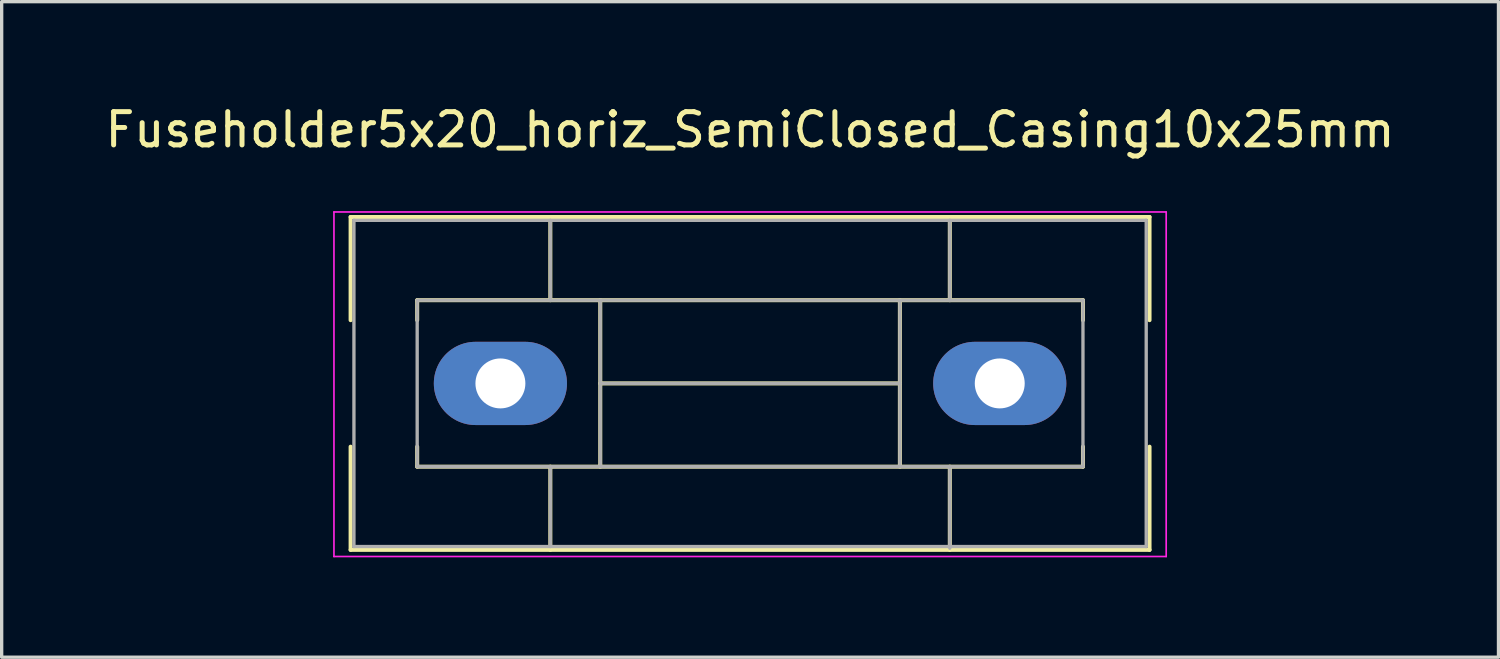
<source format=kicad_pcb>
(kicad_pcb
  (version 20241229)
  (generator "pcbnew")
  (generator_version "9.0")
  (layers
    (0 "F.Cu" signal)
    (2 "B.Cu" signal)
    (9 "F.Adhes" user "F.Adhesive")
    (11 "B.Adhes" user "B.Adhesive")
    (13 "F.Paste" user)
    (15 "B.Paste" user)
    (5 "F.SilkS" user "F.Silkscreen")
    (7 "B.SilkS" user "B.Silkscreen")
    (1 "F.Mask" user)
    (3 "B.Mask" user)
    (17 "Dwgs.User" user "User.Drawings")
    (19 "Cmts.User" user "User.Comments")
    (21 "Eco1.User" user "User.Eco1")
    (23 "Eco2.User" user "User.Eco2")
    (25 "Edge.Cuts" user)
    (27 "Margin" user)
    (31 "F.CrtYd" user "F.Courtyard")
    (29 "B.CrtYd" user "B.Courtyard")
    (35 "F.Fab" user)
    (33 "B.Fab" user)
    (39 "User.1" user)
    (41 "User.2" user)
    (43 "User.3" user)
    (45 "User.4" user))
  (footprint "Fuseholder5x20_horiz_SemiClosed_Casing10x25mm"
    (layer "F.Cu")
    (at 8.482 8.468)
    (property "Reference" "Fuseholder5x20_horiz_SemiClosed_Casing10x25mm" (at 11 -7.62 0) (layer "F.SilkS") (effects (font (size 1 1) (thickness 0.15))))
    (attr through_hole)
    (fp_line (start -1 -5) (end -1 -1.9) (stroke (width 0.12) (type solid)) (layer "F.SilkS"))
    (fp_line (start -1 1.9) (end -1 5) (stroke (width 0.12) (type solid)) (layer "F.SilkS"))
    (fp_line (start -1 5) (end 23 5) (stroke (width 0.12) (type solid)) (layer "F.SilkS"))
    (fp_line (start 1 -2.5) (end 1 -1.9) (stroke (width 0.12) (type solid)) (layer "F.SilkS"))
    (fp_line (start 1 1.9) (end 1 2.5) (stroke (width 0.12) (type solid)) (layer "F.SilkS"))
    (fp_line (start 1 2.5) (end 21 2.5) (stroke (width 0.12) (type solid)) (layer "F.SilkS"))
    (fp_line (start 5 -2.5) (end 5 -5) (stroke (width 0.12) (type solid)) (layer "F.SilkS"))
    (fp_line (start 5 5) (end 5 2.5) (stroke (width 0.12) (type solid)) (layer "F.SilkS"))
    (fp_line (start 6.5 -2.5) (end 6.5 2.5) (stroke (width 0.12) (type solid)) (layer "F.SilkS"))
    (fp_line (start 6.5 0) (end 15.5 0) (stroke (width 0.12) (type solid)) (layer "F.SilkS"))
    (fp_line (start 15.5 -2.5) (end 15.5 2.5) (stroke (width 0.12) (type solid)) (layer "F.SilkS"))
    (fp_line (start 17 -5) (end 17 -2.5) (stroke (width 0.12) (type solid)) (layer "F.SilkS"))
    (fp_line (start 17 5) (end 17 2.5) (stroke (width 0.12) (type solid)) (layer "F.SilkS"))
    (fp_line (start 21 -2.5) (end 1 -2.5) (stroke (width 0.12) (type solid)) (layer "F.SilkS"))
    (fp_line (start 21 -1.9) (end 21 -2.5) (stroke (width 0.12) (type solid)) (layer "F.SilkS"))
    (fp_line (start 21 2.5) (end 21 1.9) (stroke (width 0.12) (type solid)) (layer "F.SilkS"))
    (fp_line (start 23 -5) (end -1 -5) (stroke (width 0.12) (type solid)) (layer "F.SilkS"))
    (fp_line (start 23 -1.9) (end 23 -5) (stroke (width 0.12) (type solid)) (layer "F.SilkS"))
    (fp_line (start 23 5) (end 23 1.9) (stroke (width 0.12) (type solid)) (layer "F.SilkS"))
    (fp_line (start -1.5 -5.15) (end -1.5 5.2) (stroke (width 0.05) (type solid)) (layer "F.CrtYd"))
    (fp_line (start -1.5 -5.15) (end 23.5 -5.15) (stroke (width 0.05) (type solid)) (layer "F.CrtYd"))
    (fp_line (start 23.5 5.2) (end -1.5 5.2) (stroke (width 0.05) (type solid)) (layer "F.CrtYd"))
    (fp_line (start 23.5 5.2) (end 23.5 -5.15) (stroke (width 0.05) (type solid)) (layer "F.CrtYd"))
    (fp_line (start -0.9 -4.9) (end -0.9 4.9) (stroke (width 0.1) (type solid)) (layer "F.Fab"))
    (fp_line (start -0.9 4.9) (end 22.9 4.9) (stroke (width 0.1) (type solid)) (layer "F.Fab"))
    (fp_line (start 1 -2.5) (end 1 2.5) (stroke (width 0.1) (type solid)) (layer "F.Fab"))
    (fp_line (start 1 2.5) (end 21 2.5) (stroke (width 0.1) (type solid)) (layer "F.Fab"))
    (fp_line (start 5 -4.9) (end 5 -2.5) (stroke (width 0.1) (type solid)) (layer "F.Fab"))
    (fp_line (start 5 2.5) (end 5 4.9) (stroke (width 0.1) (type solid)) (layer "F.Fab"))
    (fp_line (start 6.5 -2.5) (end 6.5 2.5) (stroke (width 0.1) (type solid)) (layer "F.Fab"))
    (fp_line (start 6.5 0) (end 15.5 0) (stroke (width 0.1) (type solid)) (layer "F.Fab"))
    (fp_line (start 15.5 -2.5) (end 15.5 2.5) (stroke (width 0.1) (type solid)) (layer "F.Fab"))
    (fp_line (start 17 -2.5) (end 17 -4.9) (stroke (width 0.1) (type solid)) (layer "F.Fab"))
    (fp_line (start 17 2.5) (end 17 4.95) (stroke (width 0.1) (type solid)) (layer "F.Fab"))
    (fp_line (start 21 -2.5) (end 1 -2.5) (stroke (width 0.1) (type solid)) (layer "F.Fab"))
    (fp_line (start 21 2.5) (end 21 -2.5) (stroke (width 0.1) (type solid)) (layer "F.Fab"))
    (fp_line (start 22.9 -4.9) (end -0.9 -4.9) (stroke (width 0.1) (type solid)) (layer "F.Fab"))
    (fp_line (start 22.9 4.9) (end 22.9 -4.9) (stroke (width 0.1) (type solid)) (layer "F.Fab"))
    (pad "1" thru_hole oval (at 3.5 0 270) (size 2.5 4) (drill 1.5) (layers "*.Cu" "*.Mask"))
    (pad "2" thru_hole oval (at 18.5 0 270) (size 2.5 4) (drill 1.5) (layers "*.Cu" "*.Mask")))
  (gr_rect
    (start -3 -3)
    (end 41.964 16.693)
    (stroke (width 0.1) (type default))
    (fill no)
    (layer "Edge.Cuts")))
</source>
